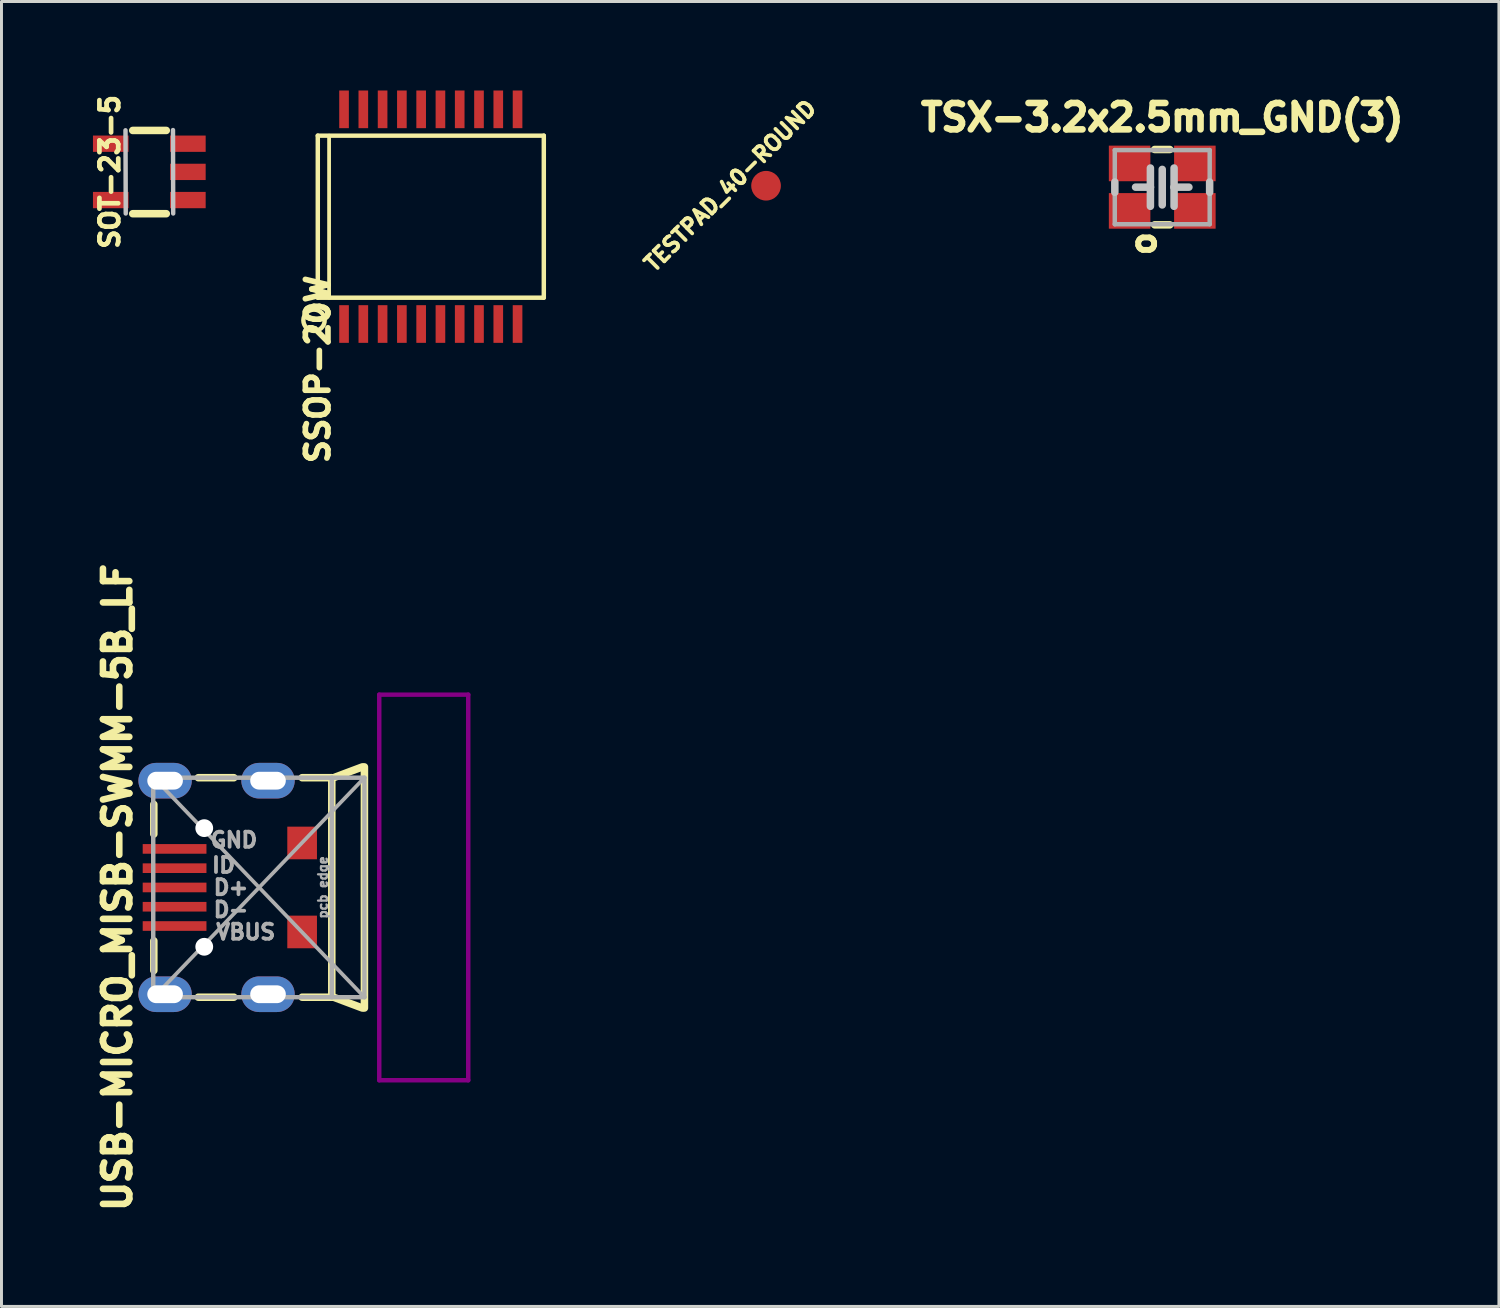
<source format=kicad_pcb>
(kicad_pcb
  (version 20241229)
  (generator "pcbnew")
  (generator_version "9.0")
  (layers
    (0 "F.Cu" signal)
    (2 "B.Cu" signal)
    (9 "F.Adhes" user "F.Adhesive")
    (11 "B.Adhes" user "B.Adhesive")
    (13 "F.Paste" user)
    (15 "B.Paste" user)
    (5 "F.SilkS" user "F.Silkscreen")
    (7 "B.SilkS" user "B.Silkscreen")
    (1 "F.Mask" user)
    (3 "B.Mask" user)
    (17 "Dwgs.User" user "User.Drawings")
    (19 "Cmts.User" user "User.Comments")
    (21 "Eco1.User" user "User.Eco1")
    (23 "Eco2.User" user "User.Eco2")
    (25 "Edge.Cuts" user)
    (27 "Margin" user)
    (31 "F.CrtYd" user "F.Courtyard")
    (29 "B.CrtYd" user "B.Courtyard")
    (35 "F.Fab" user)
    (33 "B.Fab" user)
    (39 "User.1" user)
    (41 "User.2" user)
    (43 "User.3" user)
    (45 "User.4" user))
  (footprint "SSOP-20W"
    (layer "F.Cu")
    (at 11.474 4.255)
    (property "Reference" "SSOP-20W" (at -3.81 5.144 90) (layer "F.SilkS") (effects (font (size 0.762 0.762) (thickness 0.191))))
    (attr smd)
    (fp_line (start -3.81 2.731) (end -3.81 -2.731) (stroke (width 0.15) (type solid)) (layer "F.SilkS"))
    (fp_line (start -3.81 2.731) (end 3.81 2.731) (stroke (width 0.15) (type solid)) (layer "F.SilkS"))
    (fp_line (start -3.429 -2.731) (end -3.429 2.731) (stroke (width 0.127) (type solid)) (layer "F.SilkS"))
    (fp_line (start 3.81 -2.731) (end -3.81 -2.731) (stroke (width 0.15) (type solid)) (layer "F.SilkS"))
    (fp_line (start 3.81 -2.731) (end 3.81 2.731) (stroke (width 0.15) (type solid)) (layer "F.SilkS"))
    (fp_circle (center -3.937 3.493) (end -4.191 3.239) (stroke (width 0.15) (type solid)) (fill no) (layer "F.SilkS"))
    (pad "1" smd rect (at -2.925 3.619) (size 0.325 1.27) (layers "F.Cu" "F.Mask" "F.Paste"))
    (pad "2" smd rect (at -2.275 3.619) (size 0.325 1.27) (layers "F.Cu" "F.Mask" "F.Paste"))
    (pad "3" smd rect (at -1.625 3.619) (size 0.325 1.27) (layers "F.Cu" "F.Mask" "F.Paste"))
    (pad "4" smd rect (at -0.975 3.619) (size 0.325 1.27) (layers "F.Cu" "F.Mask" "F.Paste"))
    (pad "5" smd rect (at -0.325 3.619) (size 0.325 1.27) (layers "F.Cu" "F.Mask" "F.Paste"))
    (pad "6" smd rect (at 0.325 3.619) (size 0.325 1.27) (layers "F.Cu" "F.Mask" "F.Paste"))
    (pad "7" smd rect (at 0.975 3.619) (size 0.325 1.27) (layers "F.Cu" "F.Mask" "F.Paste"))
    (pad "8" smd rect (at 1.625 3.619) (size 0.325 1.27) (layers "F.Cu" "F.Mask" "F.Paste"))
    (pad "9" smd rect (at 2.275 3.619) (size 0.325 1.27) (layers "F.Cu" "F.Mask" "F.Paste"))
    (pad "10" smd rect (at 2.925 3.619) (size 0.325 1.27) (layers "F.Cu" "F.Mask" "F.Paste"))
    (pad "11" smd rect (at 2.925 -3.619) (size 0.325 1.27) (layers "F.Cu" "F.Mask" "F.Paste"))
    (pad "12" smd rect (at 2.275 -3.619) (size 0.325 1.27) (layers "F.Cu" "F.Mask" "F.Paste"))
    (pad "13" smd rect (at 1.625 -3.619) (size 0.325 1.27) (layers "F.Cu" "F.Mask" "F.Paste"))
    (pad "14" smd rect (at 0.975 -3.619) (size 0.325 1.27) (layers "F.Cu" "F.Mask" "F.Paste"))
    (pad "15" smd rect (at 0.325 -3.619) (size 0.325 1.27) (layers "F.Cu" "F.Mask" "F.Paste"))
    (pad "16" smd rect (at -0.325 -3.619) (size 0.325 1.27) (layers "F.Cu" "F.Mask" "F.Paste"))
    (pad "17" smd rect (at -0.975 -3.619) (size 0.325 1.27) (layers "F.Cu" "F.Mask" "F.Paste"))
    (pad "18" smd rect (at -1.625 -3.619) (size 0.325 1.27) (layers "F.Cu" "F.Mask" "F.Paste"))
    (pad "19" smd rect (at -2.275 -3.619) (size 0.325 1.27) (layers "F.Cu" "F.Mask" "F.Paste"))
    (pad "20" smd rect (at -2.925 -3.619) (size 0.325 1.27) (layers "F.Cu" "F.Mask" "F.Paste")))
  (footprint "USB-MICRO_MISB-SWMM-5B_LF"
    (layer "F.Cu")
    (at 5.736 26.87)
    (property "Reference" "USB-MICRO_MISB-SWMM-5B_LF" (at -4.826 0 90) (layer "F.SilkS") (effects (font (size 0.889 0.889) (thickness 0.222))))
    (attr smd)
    (fp_line (start -3.6 -2.8) (end -3.6 -1.8) (stroke (width 0.254) (type solid)) (layer "F.SilkS"))
    (fp_line (start -3.6 1.8) (end -3.6 2.8) (stroke (width 0.254) (type solid)) (layer "F.SilkS"))
    (fp_line (start -2.1 -3.7) (end -0.9 -3.7) (stroke (width 0.254) (type solid)) (layer "F.SilkS"))
    (fp_line (start -2.1 3.7) (end -0.9 3.7) (stroke (width 0.254) (type solid)) (layer "F.SilkS"))
    (fp_line (start 1.4 -3.7) (end 2.4 -3.7) (stroke (width 0.254) (type solid)) (layer "F.SilkS"))
    (fp_line (start 2.4 -3.7) (end 2.4 3.7) (stroke (width 0.254) (type solid)) (layer "F.SilkS"))
    (fp_line (start 2.4 3.7) (end 1.4 3.7) (stroke (width 0.254) (type solid)) (layer "F.SilkS"))
    (fp_line (start 3.429 -4.064) (end 2.413 -3.683) (stroke (width 0.254) (type solid)) (layer "F.SilkS"))
    (fp_line (start 3.429 4.064) (end 2.413 3.683) (stroke (width 0.254) (type solid)) (layer "F.SilkS"))
    (fp_line (start 3.5 -4.064) (end 3.5 4.064) (stroke (width 0.254) (type solid)) (layer "F.SilkS"))
    (fp_line (start 4 -6.5) (end 7 -6.5) (stroke (width 0.15) (type solid)) (layer "F.Adhes"))
    (fp_line (start 4 6.5) (end 4 -6.5) (stroke (width 0.15) (type solid)) (layer "F.Adhes"))
    (fp_line (start 7 -6.5) (end 7 6.5) (stroke (width 0.15) (type solid)) (layer "F.Adhes"))
    (fp_line (start 7 6.5) (end 4 6.5) (stroke (width 0.15) (type solid)) (layer "F.Adhes"))
    (fp_line (start -3.62 -3.7) (end 3.5 -3.7) (stroke (width 0.15) (type solid)) (layer "F.Fab"))
    (fp_line (start -3.62 3.7) (end -3.62 -3.7) (stroke (width 0.15) (type solid)) (layer "F.Fab"))
    (fp_line (start 2.4 3.7) (end 2.4 -3.7) (stroke (width 0.15) (type solid)) (layer "F.Fab"))
    (fp_line (start 3.5 -3.7) (end -3.6 3.7) (stroke (width 0.127) (type solid)) (layer "F.Fab"))
    (fp_line (start 3.5 -3.7) (end 3.5 3.7) (stroke (width 0.15) (type solid)) (layer "F.Fab"))
    (fp_line (start 3.5 3.7) (end -3.62 3.7) (stroke (width 0.15) (type solid)) (layer "F.Fab"))
    (fp_line (start 3.5 3.7) (end -3.6 -3.7) (stroke (width 0.127) (type solid)) (layer "F.Fab"))
    (fp_text user "pcb edge" (at 2.1 0 90) (layer "F.Fab") (effects (font (size 0.3 0.3) (thickness 0.075))))
    (fp_text user "ID" (at -1.25 -0.75 0) (layer "F.Fab") (effects (font (size 0.508 0.508) (thickness 0.127))))
    (fp_text user "VBUS" (at -0.5 1.5 0) (layer "F.Fab") (effects (font (size 0.508 0.508) (thickness 0.127))))
    (fp_text user "D+" (at -1 0 0) (layer "F.Fab") (effects (font (size 0.508 0.508) (thickness 0.127))))
    (fp_text user "D-" (at -1 0.75 0) (layer "F.Fab") (effects (font (size 0.508 0.508) (thickness 0.127))))
    (fp_text user "GND" (at -0.9 -1.6 0) (layer "F.Fab") (effects (font (size 0.508 0.508) (thickness 0.127))))
    (pad "" np_thru_hole circle (at -1.9 -2 90) (size 0.6 0.6) (drill 0.6) (layers "*.Cu" "*.Mask"))
    (pad "" np_thru_hole circle (at -1.9 2 90) (size 0.6 0.6) (drill 0.6) (layers "*.Cu" "*.Mask"))
    (pad "0" thru_hole oval (at -3.22 -3.6 90) (size 1.2 1.8) (drill oval 0.6 1.2) (layers "*.Cu" "*.Mask"))
    (pad "0" thru_hole oval (at -3.22 3.6 90) (size 1.2 1.8) (drill oval 0.6 1.2) (layers "*.Cu" "*.Mask"))
    (pad "0" thru_hole oval (at 0.25 -3.6 90) (size 1.2 1.8) (drill oval 0.6 1.2) (layers "*.Cu" "*.Mask"))
    (pad "0" thru_hole oval (at 0.25 3.6 90) (size 1.2 1.8) (drill oval 0.6 1.2) (layers "*.Cu" "*.Mask"))
    (pad "0" smd rect (at 1.4 -1.5 90) (size 1.1 1) (layers "F.Cu" "F.Mask" "F.Paste"))
    (pad "0" smd rect (at 1.4 1.5 90) (size 1.1 1) (layers "F.Cu" "F.Mask" "F.Paste"))
    (pad "1" smd rect (at -2.9 1.3 90) (size 0.325 2.15) (layers "F.Cu" "F.Mask" "F.Paste"))
    (pad "2" smd rect (at -2.9 0.65 90) (size 0.325 2.15) (layers "F.Cu" "F.Mask" "F.Paste"))
    (pad "3" smd rect (at -2.9 0 90) (size 0.325 2.15) (layers "F.Cu" "F.Mask" "F.Paste"))
    (pad "4" smd rect (at -2.9 -0.65 90) (size 0.325 2.15) (layers "F.Cu" "F.Mask" "F.Paste"))
    (pad "5" smd rect (at -2.9 -1.3 90) (size 0.325 2.15) (layers "F.Cu" "F.Mask" "F.Paste")))
  (footprint "TESTPAD_40-ROUND"
    (layer "F.Cu")
    (at 22.777 3.212)
    (property "Reference" "TESTPAD_40-ROUND" (at -1.206 0 45) (unlocked yes) (layer "F.SilkS") (effects (font (size 0.508 0.508) (thickness 0.127))))
    (attr exclude_from_pos_files exclude_from_bom)
    (pad "1" smd circle (at 0 0) (size 1 1) (layers "F.Cu" "F.Mask")))
  (footprint "TSX-3.2x2.5mm_GND(3)"
    (layer "F.Cu")
    (at 36.134 3.26)
    (property "Reference" "TSX-3.2x2.5mm_GND(3)" (at 0 -2.349 0) (layer "F.SilkS") (effects (font (size 0.889 0.889) (thickness 0.222))))
    (attr smd)
    (fp_line (start 0.254 -1.27) (end -0.254 -1.27) (stroke (width 0.254) (type solid)) (layer "F.SilkS"))
    (fp_line (start 0.254 1.27) (end -0.254 1.27) (stroke (width 0.254) (type solid)) (layer "F.SilkS"))
    (fp_line (start -1.598 0.173) (end -1.598 -0.173) (stroke (width 0.254) (type solid)) (layer "Dwgs.User"))
    (fp_line (start -0.399 -0.645) (end -0.399 0) (stroke (width 0.254) (type solid)) (layer "Dwgs.User"))
    (fp_line (start -0.399 0) (end -0.899 0) (stroke (width 0.254) (type solid)) (layer "Dwgs.User"))
    (fp_line (start -0.399 0) (end -0.399 0.645) (stroke (width 0.254) (type solid)) (layer "Dwgs.User"))
    (fp_line (start 0 0.599) (end 0 -0.599) (stroke (width 0.254) (type solid)) (layer "Dwgs.User"))
    (fp_line (start 0.399 -0.645) (end 0.399 0) (stroke (width 0.254) (type solid)) (layer "Dwgs.User"))
    (fp_line (start 0.399 0) (end 0.399 0.645) (stroke (width 0.254) (type solid)) (layer "Dwgs.User"))
    (fp_line (start 0.399 0) (end 0.899 0) (stroke (width 0.254) (type solid)) (layer "Dwgs.User"))
    (fp_line (start 1.598 -0.173) (end 1.598 0.173) (stroke (width 0.254) (type solid)) (layer "Dwgs.User"))
    (fp_line (start -1.6 -1.25) (end 1.6 -1.25) (stroke (width 0.15) (type solid)) (layer "F.Fab"))
    (fp_line (start -1.6 1.25) (end -1.6 -1.25) (stroke (width 0.15) (type solid)) (layer "F.Fab"))
    (fp_line (start 1.6 -1.25) (end 1.6 1.25) (stroke (width 0.15) (type solid)) (layer "F.Fab"))
    (fp_line (start 1.6 1.25) (end -1.6 1.25) (stroke (width 0.15) (type solid)) (layer "F.Fab"))
    (fp_text user "o" (at -0.635 1.905 90) (layer "F.SilkS") (effects (font (size 0.8 0.8) (thickness 0.2))))
    (pad "1" smd rect (at -1.1 0.8) (size 1.4 1.2) (layers "F.Cu" "F.Mask" "F.Paste"))
    (pad "2" smd rect (at 1.1 -0.8) (size 1.4 1.2) (layers "F.Cu" "F.Mask" "F.Paste"))
    (pad "3" smd rect (at -1.1 -0.8) (size 1.4 1.2) (layers "F.Cu" "F.Mask" "F.Paste"))
    (pad "3" smd rect (at 1.1 0.8) (size 1.4 1.2) (layers "F.Cu" "F.Mask" "F.Paste")))
  (footprint "SOT-23-5"
    (layer "F.Cu")
    (at 1.984 2.745)
    (property "Reference" "SOT-23-5" (at -1.333 0 90) (layer "F.SilkS") (effects (font (size 0.635 0.635) (thickness 0.159))))
    (attr smd)
    (fp_line (start -0.559 -1.397) (end 0.572 -1.397) (stroke (width 0.254) (type solid)) (layer "F.SilkS"))
    (fp_line (start -0.559 1.41) (end 0.572 1.41) (stroke (width 0.254) (type solid)) (layer "F.SilkS"))
    (fp_line (start -0.803 -1.402) (end -0.795 1.402) (stroke (width 0.15) (type solid)) (layer "Dwgs.User"))
    (fp_line (start 0.805 1.402) (end 0.798 -1.41) (stroke (width 0.15) (type solid)) (layer "Dwgs.User"))
    (pad "1" smd rect (at 1.3 0.95) (size 1.2 0.55) (layers "F.Cu" "F.Mask" "F.Paste"))
    (pad "2" smd rect (at 1.3 0) (size 1.2 0.55) (layers "F.Cu" "F.Mask" "F.Paste"))
    (pad "3" smd rect (at 1.3 -0.95) (size 1.2 0.55) (layers "F.Cu" "F.Mask" "F.Paste"))
    (pad "4" smd rect (at -1.3 -0.95) (size 1.2 0.55) (layers "F.Cu" "F.Mask" "F.Paste"))
    (pad "5" smd rect (at -1.3 0.95) (size 1.2 0.55) (layers "F.Cu" "F.Mask" "F.Paste")))
  (gr_rect
    (start -3 -3)
    (end 47.485 40.995)
    (stroke (width 0.1) (type default))
    (fill no)
    (layer "Edge.Cuts")))
</source>
